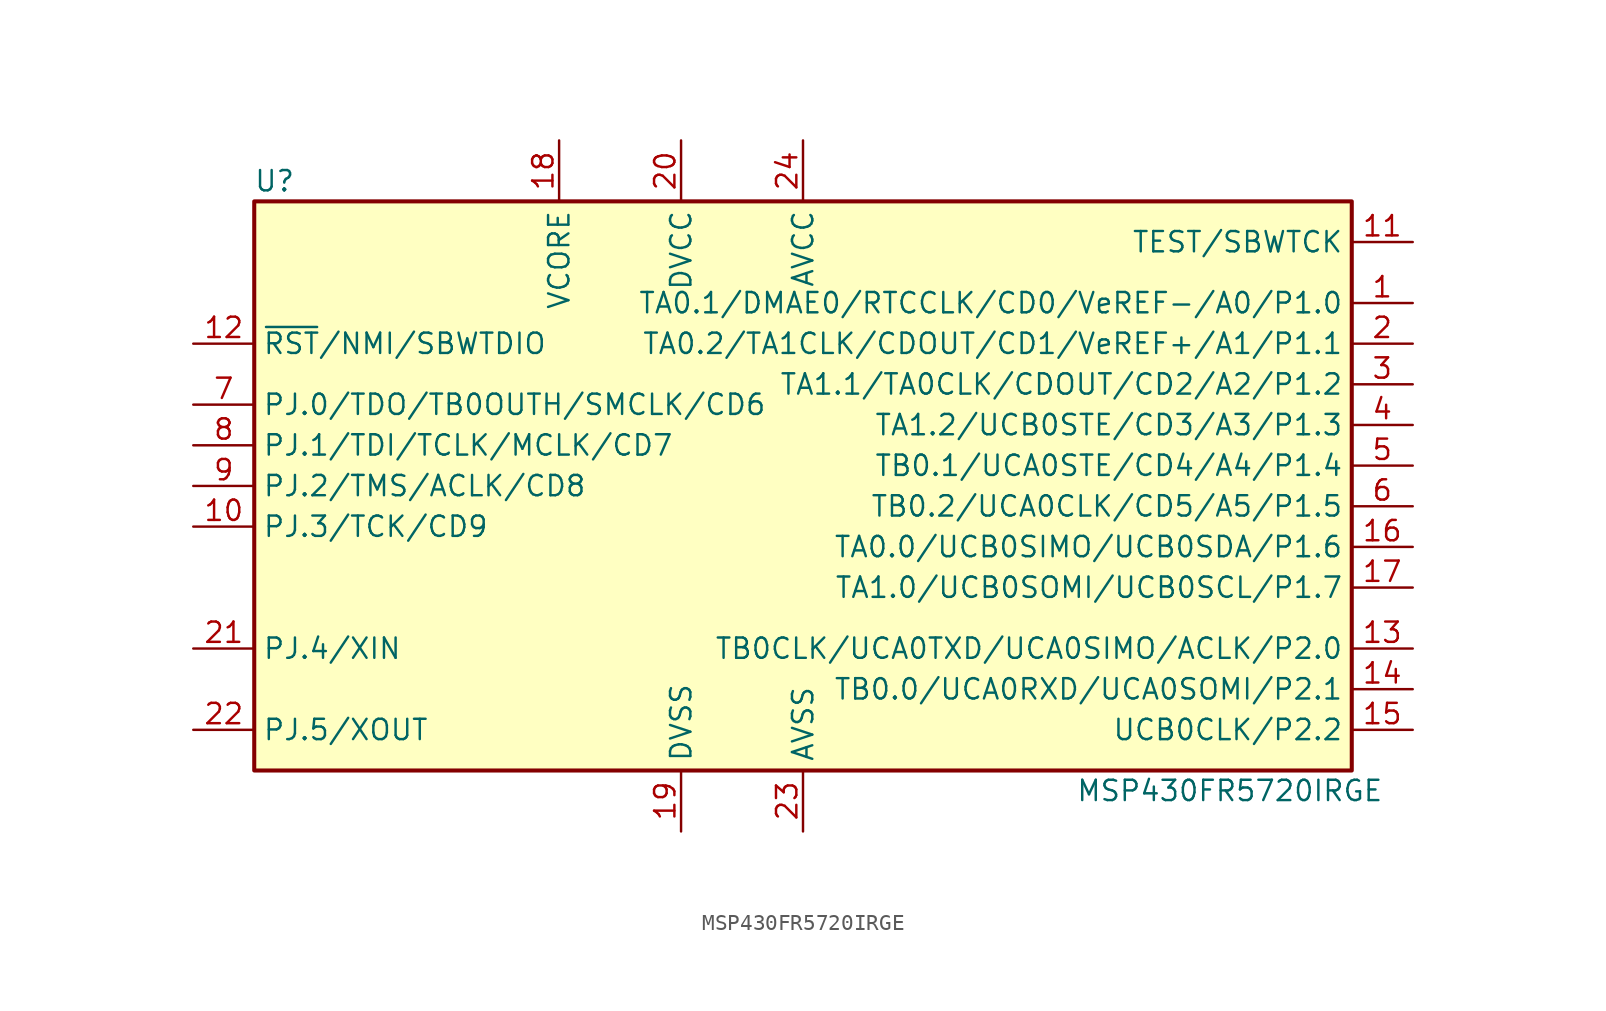
<source format=kicad_sym>
(kicad_symbol_lib
  (version 20201005)
  (generator kicad_symbol_editor)
  (symbol "MSP430FR5720IRGE"
    (property "Reference" "U"
      (at -33.02 19.05 0)
      (effects (font (size 1.27 1.27))))
    (property "Value" "MSP430FR5720IRGE"
      (at 26.67 -19.05 0)
      (effects (font (size 1.27 1.27))))
    (symbol "MSP430FR5720IRGE_0_1"
      (rectangle (start -34.29 17.78) (end 34.29 -17.78) (stroke (width 0.254)) (fill (type background))))
    (symbol "MSP430FR5720IRGE_1_1"
      (pin bidirectional line (at 38.1 11.43 180) (length 3.81) (name "TA0.1/DMAE0/RTCCLK/CD0/VeREF-/A0/P1.0" (effects (font (size 1.27 1.27)))) (number "1" (effects (font (size 1.27 1.27)))))
      (pin bidirectional line (at -38.1 -2.54 0) (length 3.81) (name "PJ.3/TCK/CD9" (effects (font (size 1.27 1.27)))) (number "10" (effects (font (size 1.27 1.27)))))
      (pin input line (at 38.1 15.24 180) (length 3.81) (name "TEST/SBWTCK" (effects (font (size 1.27 1.27)))) (number "11" (effects (font (size 1.27 1.27)))))
      (pin input line (at -38.1 8.89 0) (length 3.81) (name "~RST~/NMI/SBWTDIO" (effects (font (size 1.27 1.27)))) (number "12" (effects (font (size 1.27 1.27)))))
      (pin input line (at 38.1 -10.16 180) (length 3.81) (name "TB0CLK/UCA0TXD/UCA0SIMO/ACLK/P2.0" (effects (font (size 1.27 1.27)))) (number "13" (effects (font (size 1.27 1.27)))))
      (pin input line (at 38.1 -12.7 180) (length 3.81) (name "TB0.0/UCA0RXD/UCA0SOMI/P2.1" (effects (font (size 1.27 1.27)))) (number "14" (effects (font (size 1.27 1.27)))))
      (pin input line (at 38.1 -15.24 180) (length 3.81) (name "UCB0CLK/P2.2" (effects (font (size 1.27 1.27)))) (number "15" (effects (font (size 1.27 1.27)))))
      (pin input line (at 38.1 -3.81 180) (length 3.81) (name "TA0.0/UCB0SIMO/UCB0SDA/P1.6" (effects (font (size 1.27 1.27)))) (number "16" (effects (font (size 1.27 1.27)))))
      (pin input line (at 38.1 -6.35 180) (length 3.81) (name "TA1.0/UCB0SOMI/UCB0SCL/P1.7" (effects (font (size 1.27 1.27)))) (number "17" (effects (font (size 1.27 1.27)))))
      (pin input line (at -15.24 21.59 270) (length 3.81) (name "VCORE" (effects (font (size 1.27 1.27)))) (number "18" (effects (font (size 1.27 1.27)))))
      (pin power_in line (at -7.62 -21.59 90) (length 3.81) (name "DVSS" (effects (font (size 1.27 1.27)))) (number "19" (effects (font (size 1.27 1.27)))))
      (pin bidirectional line (at 38.1 8.89 180) (length 3.81) (name "TA0.2/TA1CLK/CDOUT/CD1/VeREF+/A1/P1.1" (effects (font (size 1.27 1.27)))) (number "2" (effects (font (size 1.27 1.27)))))
      (pin power_in line (at -7.62 21.59 270) (length 3.81) (name "DVCC" (effects (font (size 1.27 1.27)))) (number "20" (effects (font (size 1.27 1.27)))))
      (pin input line (at -38.1 -10.16 0) (length 3.81) (name "PJ.4/XIN" (effects (font (size 1.27 1.27)))) (number "21" (effects (font (size 1.27 1.27)))))
      (pin input line (at -38.1 -15.24 0) (length 3.81) (name "PJ.5/XOUT" (effects (font (size 1.27 1.27)))) (number "22" (effects (font (size 1.27 1.27)))))
      (pin power_in line (at 0 -21.59 90) (length 3.81) (name "AVSS" (effects (font (size 1.27 1.27)))) (number "23" (effects (font (size 1.27 1.27)))))
      (pin power_in line (at 0 21.59 270) (length 3.81) (name "AVCC" (effects (font (size 1.27 1.27)))) (number "24" (effects (font (size 1.27 1.27)))))
      (pin bidirectional line (at 38.1 6.35 180) (length 3.81) (name "TA1.1/TA0CLK/CDOUT/CD2/A2/P1.2" (effects (font (size 1.27 1.27)))) (number "3" (effects (font (size 1.27 1.27)))))
      (pin bidirectional line (at 38.1 3.81 180) (length 3.81) (name "TA1.2/UCB0STE/CD3/A3/P1.3" (effects (font (size 1.27 1.27)))) (number "4" (effects (font (size 1.27 1.27)))))
      (pin bidirectional line (at 38.1 1.27 180) (length 3.81) (name "TB0.1/UCA0STE/CD4/A4/P1.4" (effects (font (size 1.27 1.27)))) (number "5" (effects (font (size 1.27 1.27)))))
      (pin bidirectional line (at 38.1 -1.27 180) (length 3.81) (name "TB0.2/UCA0CLK/CD5/A5/P1.5" (effects (font (size 1.27 1.27)))) (number "6" (effects (font (size 1.27 1.27)))))
      (pin bidirectional line (at -38.1 5.08 0) (length 3.81) (name "PJ.0/TDO/TB0OUTH/SMCLK/CD6" (effects (font (size 1.27 1.27)))) (number "7" (effects (font (size 1.27 1.27)))))
      (pin bidirectional line (at -38.1 2.54 0) (length 3.81) (name "PJ.1/TDI/TCLK/MCLK/CD7" (effects (font (size 1.27 1.27)))) (number "8" (effects (font (size 1.27 1.27)))))
      (pin bidirectional line (at -38.1 0 0) (length 3.81) (name "PJ.2/TMS/ACLK/CD8" (effects (font (size 1.27 1.27)))) (number "9" (effects (font (size 1.27 1.27))))))))
</source>
